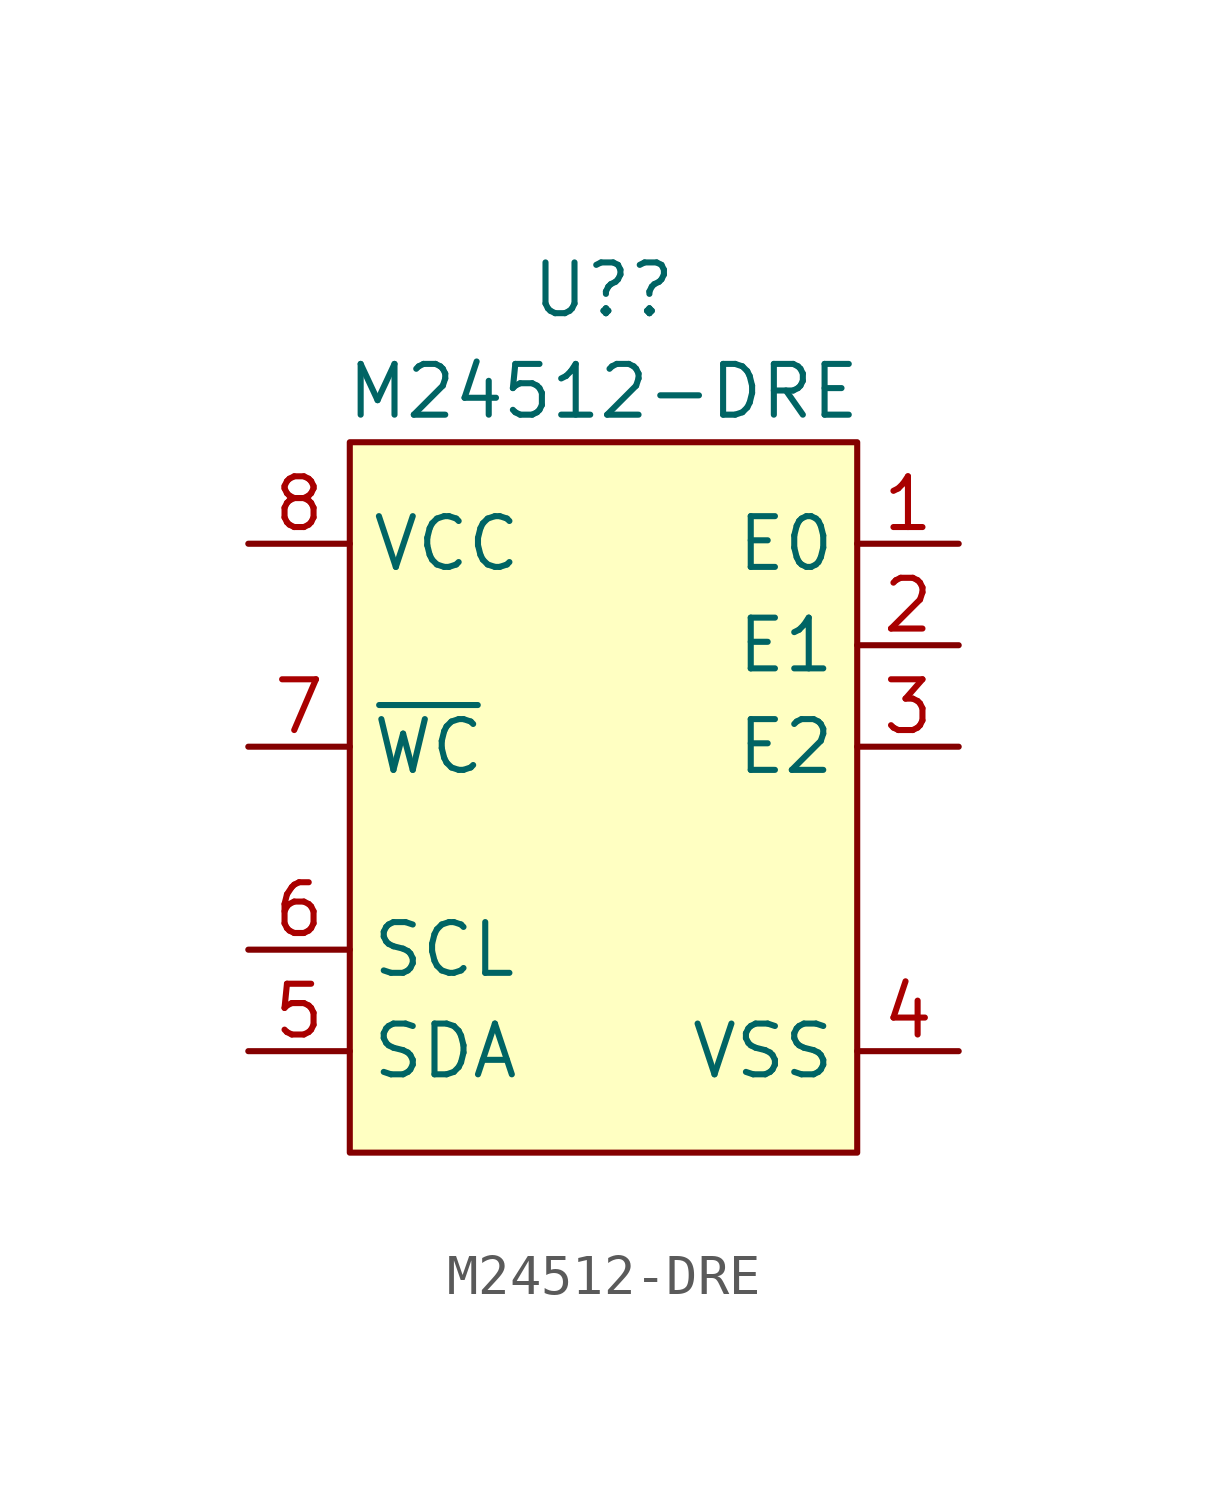
<source format=kicad_sym>
(kicad_symbol_lib
  (version 20241209)
  (generator "kicad_symbol_editor")
  (generator_version "9.0")
  (symbol "M24512-DRE"
    (property "Reference" "U?"
      (at 0 12.7 0)
      (do_not_autoplace)
      (effects (font (size 1.27 1.27))))
    (property "Value" "M24512-DRE"
      (at 0 10.16 0)
      (do_not_autoplace)
      (effects (font (size 1.27 1.27))))
    (symbol "M24512-DRE_0_0"
      (pin power_in line (at -8.89 6.35 0) (length 2.54) (name "VCC" (effects (font (size 1.27 1.27)))) (number "8" (effects (font (size 1.27 1.27)))))
      (pin input line (at -8.89 1.27 0) (length 2.54) (name "~{WC}" (effects (font (size 1.27 1.27)))) (number "7" (effects (font (size 1.27 1.27)))))
      (pin bidirectional line (at -8.89 -3.81 0) (length 2.54) (name "SCL" (effects (font (size 1.27 1.27)))) (number "6" (effects (font (size 1.27 1.27)))))
      (pin bidirectional line (at -8.89 -6.35 0) (length 2.54) (name "SDA" (effects (font (size 1.27 1.27)))) (number "5" (effects (font (size 1.27 1.27)))))
      (pin input line (at 8.89 6.35 180) (length 2.54) (name "E0" (effects (font (size 1.27 1.27)))) (number "1" (effects (font (size 1.27 1.27)))))
      (pin input line (at 8.89 3.81 180) (length 2.54) (name "E1" (effects (font (size 1.27 1.27)))) (number "2" (effects (font (size 1.27 1.27)))))
      (pin input line (at 8.89 1.27 180) (length 2.54) (name "E2" (effects (font (size 1.27 1.27)))) (number "3" (effects (font (size 1.27 1.27)))))
      (pin passive line (at 8.89 -6.35 180) (length 2.54) (name "VSS" (effects (font (size 1.27 1.27)))) (number "4" (effects (font (size 1.27 1.27))))))
    (symbol "M24512-DRE_1_1"
      (rectangle (start -6.35 8.89) (end 6.35 -8.89) (stroke (width 0) (type solid)) (fill (type background))))))
</source>
